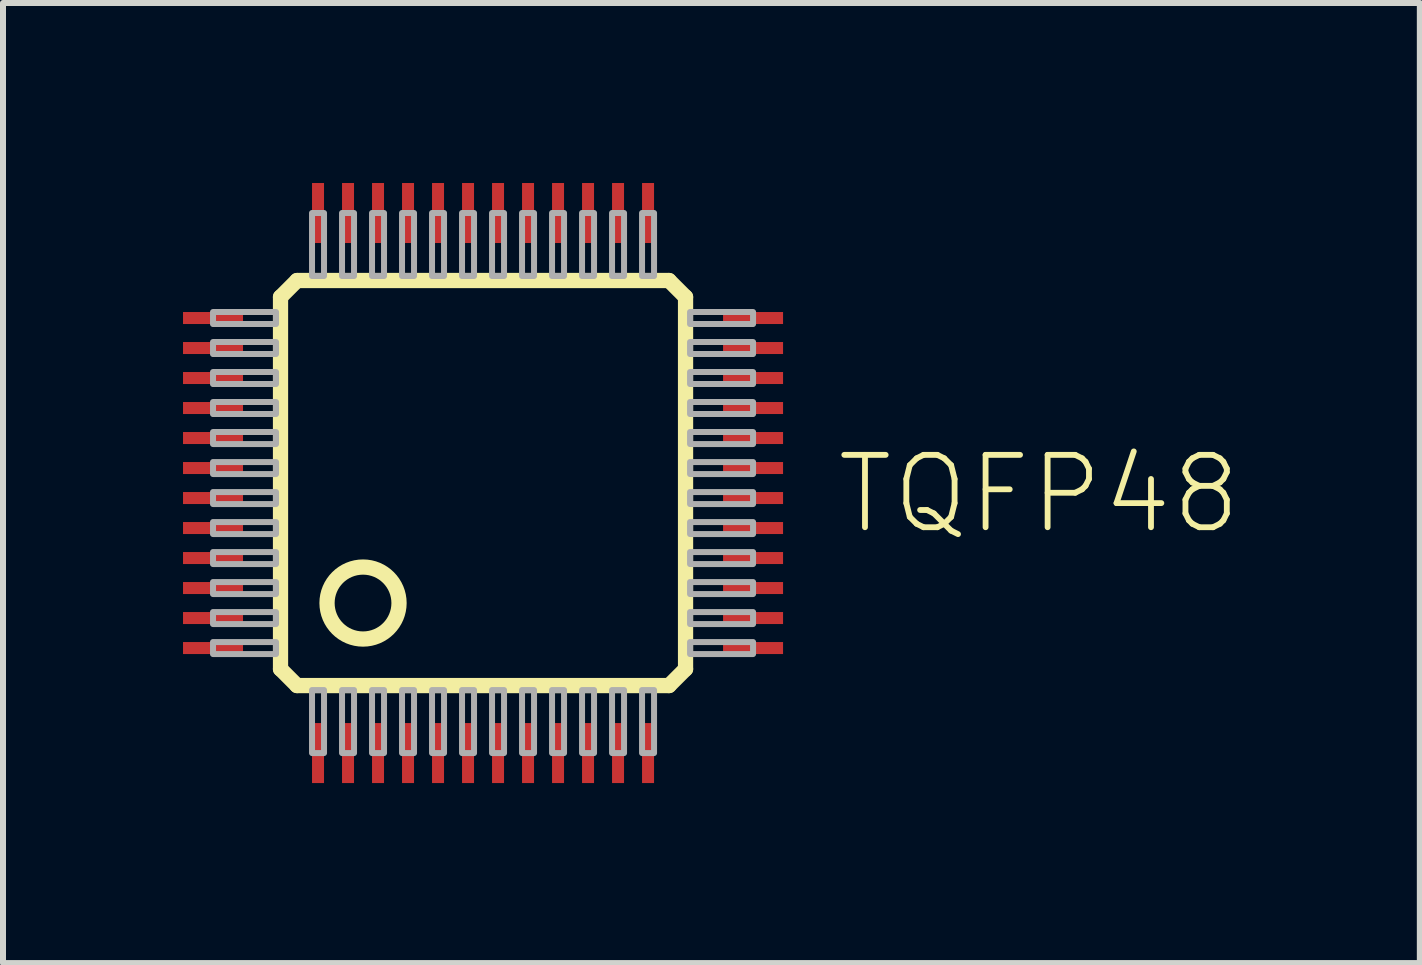
<source format=kicad_pcb>
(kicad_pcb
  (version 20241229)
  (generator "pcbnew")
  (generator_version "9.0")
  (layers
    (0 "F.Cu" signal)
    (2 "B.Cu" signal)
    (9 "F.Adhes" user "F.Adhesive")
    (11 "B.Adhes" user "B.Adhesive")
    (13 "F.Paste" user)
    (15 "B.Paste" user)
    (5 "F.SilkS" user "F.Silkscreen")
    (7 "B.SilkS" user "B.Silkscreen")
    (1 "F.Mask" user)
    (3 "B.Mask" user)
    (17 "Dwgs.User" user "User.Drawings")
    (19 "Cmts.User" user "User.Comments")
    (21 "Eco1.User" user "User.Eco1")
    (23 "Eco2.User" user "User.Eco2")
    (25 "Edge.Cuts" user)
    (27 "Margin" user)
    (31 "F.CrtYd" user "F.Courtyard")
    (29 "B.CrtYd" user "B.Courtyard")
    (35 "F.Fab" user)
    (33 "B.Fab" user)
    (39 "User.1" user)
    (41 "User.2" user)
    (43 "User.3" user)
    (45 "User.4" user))
  (footprint "TQFP48"
    (layer "F.Cu")
    (at 5 5)
    (property "Reference" "TQFP48" (at 5.842 0.889 0) (layer "F.SilkS") (effects (font (size 1.206 1.206) (thickness 0.097)) (justify left bottom)))
    (attr through_hole)
    (fp_line (start -3.375 -3.1) (end -3.1 -3.375) (stroke (width 0.254) (type solid)) (layer "F.SilkS"))
    (fp_line (start -3.375 3.1) (end -3.375 -3.1) (stroke (width 0.254) (type solid)) (layer "F.SilkS"))
    (fp_line (start -3.1 -3.375) (end 3.1 -3.375) (stroke (width 0.254) (type solid)) (layer "F.SilkS"))
    (fp_line (start -3.1 3.375) (end -3.375 3.1) (stroke (width 0.254) (type solid)) (layer "F.SilkS"))
    (fp_line (start 3.1 -3.375) (end 3.375 -3.1) (stroke (width 0.254) (type solid)) (layer "F.SilkS"))
    (fp_line (start 3.1 3.375) (end -3.1 3.375) (stroke (width 0.254) (type solid)) (layer "F.SilkS"))
    (fp_line (start 3.375 -3.1) (end 3.375 3.1) (stroke (width 0.254) (type solid)) (layer "F.SilkS"))
    (fp_line (start 3.375 3.1) (end 3.1 3.375) (stroke (width 0.254) (type solid)) (layer "F.SilkS"))
    (fp_circle (center -2 2) (end -1.4 2) (stroke (width 0.254) (type solid)) (fill no) (layer "F.SilkS"))
    (fp_poly (pts (xy -4.5 -2.65) (xy -3.45 -2.65) (xy -3.45 -2.85) (xy -4.5 -2.85)) (stroke (width 0.1) (type solid)) (fill no) (layer "F.Fab"))
    (fp_poly (pts (xy -4.5 -2.15) (xy -3.45 -2.15) (xy -3.45 -2.35) (xy -4.5 -2.35)) (stroke (width 0.1) (type solid)) (fill no) (layer "F.Fab"))
    (fp_poly (pts (xy -4.5 -1.65) (xy -3.45 -1.65) (xy -3.45 -1.85) (xy -4.5 -1.85)) (stroke (width 0.1) (type solid)) (fill no) (layer "F.Fab"))
    (fp_poly (pts (xy -4.5 -1.15) (xy -3.45 -1.15) (xy -3.45 -1.35) (xy -4.5 -1.35)) (stroke (width 0.1) (type solid)) (fill no) (layer "F.Fab"))
    (fp_poly (pts (xy -4.5 -0.65) (xy -3.45 -0.65) (xy -3.45 -0.85) (xy -4.5 -0.85)) (stroke (width 0.1) (type solid)) (fill no) (layer "F.Fab"))
    (fp_poly (pts (xy -4.5 -0.15) (xy -3.45 -0.15) (xy -3.45 -0.35) (xy -4.5 -0.35)) (stroke (width 0.1) (type solid)) (fill no) (layer "F.Fab"))
    (fp_poly (pts (xy -4.5 0.35) (xy -3.45 0.35) (xy -3.45 0.15) (xy -4.5 0.15)) (stroke (width 0.1) (type solid)) (fill no) (layer "F.Fab"))
    (fp_poly (pts (xy -4.5 0.85) (xy -3.45 0.85) (xy -3.45 0.65) (xy -4.5 0.65)) (stroke (width 0.1) (type solid)) (fill no) (layer "F.Fab"))
    (fp_poly (pts (xy -4.5 1.35) (xy -3.45 1.35) (xy -3.45 1.15) (xy -4.5 1.15)) (stroke (width 0.1) (type solid)) (fill no) (layer "F.Fab"))
    (fp_poly (pts (xy -4.5 1.85) (xy -3.45 1.85) (xy -3.45 1.65) (xy -4.5 1.65)) (stroke (width 0.1) (type solid)) (fill no) (layer "F.Fab"))
    (fp_poly (pts (xy -4.5 2.35) (xy -3.45 2.35) (xy -3.45 2.15) (xy -4.5 2.15)) (stroke (width 0.1) (type solid)) (fill no) (layer "F.Fab"))
    (fp_poly (pts (xy -4.5 2.85) (xy -3.45 2.85) (xy -3.45 2.65) (xy -4.5 2.65)) (stroke (width 0.1) (type solid)) (fill no) (layer "F.Fab"))
    (fp_poly (pts (xy -2.85 -3.45) (xy -2.65 -3.45) (xy -2.65 -4.5) (xy -2.85 -4.5)) (stroke (width 0.1) (type solid)) (fill no) (layer "F.Fab"))
    (fp_poly (pts (xy -2.85 4.5) (xy -2.65 4.5) (xy -2.65 3.45) (xy -2.85 3.45)) (stroke (width 0.1) (type solid)) (fill no) (layer "F.Fab"))
    (fp_poly (pts (xy -2.35 -3.45) (xy -2.15 -3.45) (xy -2.15 -4.5) (xy -2.35 -4.5)) (stroke (width 0.1) (type solid)) (fill no) (layer "F.Fab"))
    (fp_poly (pts (xy -2.35 4.5) (xy -2.15 4.5) (xy -2.15 3.45) (xy -2.35 3.45)) (stroke (width 0.1) (type solid)) (fill no) (layer "F.Fab"))
    (fp_poly (pts (xy -1.85 -3.45) (xy -1.65 -3.45) (xy -1.65 -4.5) (xy -1.85 -4.5)) (stroke (width 0.1) (type solid)) (fill no) (layer "F.Fab"))
    (fp_poly (pts (xy -1.85 4.5) (xy -1.65 4.5) (xy -1.65 3.45) (xy -1.85 3.45)) (stroke (width 0.1) (type solid)) (fill no) (layer "F.Fab"))
    (fp_poly (pts (xy -1.35 -3.45) (xy -1.15 -3.45) (xy -1.15 -4.5) (xy -1.35 -4.5)) (stroke (width 0.1) (type solid)) (fill no) (layer "F.Fab"))
    (fp_poly (pts (xy -1.35 4.5) (xy -1.15 4.5) (xy -1.15 3.45) (xy -1.35 3.45)) (stroke (width 0.1) (type solid)) (fill no) (layer "F.Fab"))
    (fp_poly (pts (xy -0.85 -3.45) (xy -0.65 -3.45) (xy -0.65 -4.5) (xy -0.85 -4.5)) (stroke (width 0.1) (type solid)) (fill no) (layer "F.Fab"))
    (fp_poly (pts (xy -0.85 4.5) (xy -0.65 4.5) (xy -0.65 3.45) (xy -0.85 3.45)) (stroke (width 0.1) (type solid)) (fill no) (layer "F.Fab"))
    (fp_poly (pts (xy -0.35 -3.45) (xy -0.15 -3.45) (xy -0.15 -4.5) (xy -0.35 -4.5)) (stroke (width 0.1) (type solid)) (fill no) (layer "F.Fab"))
    (fp_poly (pts (xy -0.35 4.5) (xy -0.15 4.5) (xy -0.15 3.45) (xy -0.35 3.45)) (stroke (width 0.1) (type solid)) (fill no) (layer "F.Fab"))
    (fp_poly (pts (xy 0.15 -3.45) (xy 0.35 -3.45) (xy 0.35 -4.5) (xy 0.15 -4.5)) (stroke (width 0.1) (type solid)) (fill no) (layer "F.Fab"))
    (fp_poly (pts (xy 0.15 4.5) (xy 0.35 4.5) (xy 0.35 3.45) (xy 0.15 3.45)) (stroke (width 0.1) (type solid)) (fill no) (layer "F.Fab"))
    (fp_poly (pts (xy 0.65 -3.45) (xy 0.85 -3.45) (xy 0.85 -4.5) (xy 0.65 -4.5)) (stroke (width 0.1) (type solid)) (fill no) (layer "F.Fab"))
    (fp_poly (pts (xy 0.65 4.5) (xy 0.85 4.5) (xy 0.85 3.45) (xy 0.65 3.45)) (stroke (width 0.1) (type solid)) (fill no) (layer "F.Fab"))
    (fp_poly (pts (xy 1.15 -3.45) (xy 1.35 -3.45) (xy 1.35 -4.5) (xy 1.15 -4.5)) (stroke (width 0.1) (type solid)) (fill no) (layer "F.Fab"))
    (fp_poly (pts (xy 1.15 4.5) (xy 1.35 4.5) (xy 1.35 3.45) (xy 1.15 3.45)) (stroke (width 0.1) (type solid)) (fill no) (layer "F.Fab"))
    (fp_poly (pts (xy 1.65 -3.45) (xy 1.85 -3.45) (xy 1.85 -4.5) (xy 1.65 -4.5)) (stroke (width 0.1) (type solid)) (fill no) (layer "F.Fab"))
    (fp_poly (pts (xy 1.65 4.5) (xy 1.85 4.5) (xy 1.85 3.45) (xy 1.65 3.45)) (stroke (width 0.1) (type solid)) (fill no) (layer "F.Fab"))
    (fp_poly (pts (xy 2.15 -3.45) (xy 2.35 -3.45) (xy 2.35 -4.5) (xy 2.15 -4.5)) (stroke (width 0.1) (type solid)) (fill no) (layer "F.Fab"))
    (fp_poly (pts (xy 2.15 4.5) (xy 2.35 4.5) (xy 2.35 3.45) (xy 2.15 3.45)) (stroke (width 0.1) (type solid)) (fill no) (layer "F.Fab"))
    (fp_poly (pts (xy 2.65 -3.45) (xy 2.85 -3.45) (xy 2.85 -4.5) (xy 2.65 -4.5)) (stroke (width 0.1) (type solid)) (fill no) (layer "F.Fab"))
    (fp_poly (pts (xy 2.65 4.5) (xy 2.85 4.5) (xy 2.85 3.45) (xy 2.65 3.45)) (stroke (width 0.1) (type solid)) (fill no) (layer "F.Fab"))
    (fp_poly (pts (xy 3.45 -2.65) (xy 4.5 -2.65) (xy 4.5 -2.85) (xy 3.45 -2.85)) (stroke (width 0.1) (type solid)) (fill no) (layer "F.Fab"))
    (fp_poly (pts (xy 3.45 -2.15) (xy 4.5 -2.15) (xy 4.5 -2.35) (xy 3.45 -2.35)) (stroke (width 0.1) (type solid)) (fill no) (layer "F.Fab"))
    (fp_poly (pts (xy 3.45 -1.65) (xy 4.5 -1.65) (xy 4.5 -1.85) (xy 3.45 -1.85)) (stroke (width 0.1) (type solid)) (fill no) (layer "F.Fab"))
    (fp_poly (pts (xy 3.45 -1.15) (xy 4.5 -1.15) (xy 4.5 -1.35) (xy 3.45 -1.35)) (stroke (width 0.1) (type solid)) (fill no) (layer "F.Fab"))
    (fp_poly (pts (xy 3.45 -0.65) (xy 4.5 -0.65) (xy 4.5 -0.85) (xy 3.45 -0.85)) (stroke (width 0.1) (type solid)) (fill no) (layer "F.Fab"))
    (fp_poly (pts (xy 3.45 -0.15) (xy 4.5 -0.15) (xy 4.5 -0.35) (xy 3.45 -0.35)) (stroke (width 0.1) (type solid)) (fill no) (layer "F.Fab"))
    (fp_poly (pts (xy 3.45 0.35) (xy 4.5 0.35) (xy 4.5 0.15) (xy 3.45 0.15)) (stroke (width 0.1) (type solid)) (fill no) (layer "F.Fab"))
    (fp_poly (pts (xy 3.45 0.85) (xy 4.5 0.85) (xy 4.5 0.65) (xy 3.45 0.65)) (stroke (width 0.1) (type solid)) (fill no) (layer "F.Fab"))
    (fp_poly (pts (xy 3.45 1.35) (xy 4.5 1.35) (xy 4.5 1.15) (xy 3.45 1.15)) (stroke (width 0.1) (type solid)) (fill no) (layer "F.Fab"))
    (fp_poly (pts (xy 3.45 1.85) (xy 4.5 1.85) (xy 4.5 1.65) (xy 3.45 1.65)) (stroke (width 0.1) (type solid)) (fill no) (layer "F.Fab"))
    (fp_poly (pts (xy 3.45 2.35) (xy 4.5 2.35) (xy 4.5 2.15) (xy 3.45 2.15)) (stroke (width 0.1) (type solid)) (fill no) (layer "F.Fab"))
    (fp_poly (pts (xy 3.45 2.85) (xy 4.5 2.85) (xy 4.5 2.65) (xy 3.45 2.65)) (stroke (width 0.1) (type solid)) (fill no) (layer "F.Fab"))
    (pad "1" smd rect (at -2.75 4.5) (size 0.2 1) (layers "F.Cu" "F.Mask" "F.Paste"))
    (pad "2" smd rect (at -2.25 4.5) (size 0.2 1) (layers "F.Cu" "F.Mask" "F.Paste"))
    (pad "3" smd rect (at -1.75 4.5) (size 0.2 1) (layers "F.Cu" "F.Mask" "F.Paste"))
    (pad "4" smd rect (at -1.25 4.5) (size 0.2 1) (layers "F.Cu" "F.Mask" "F.Paste"))
    (pad "5" smd rect (at -0.75 4.5) (size 0.2 1) (layers "F.Cu" "F.Mask" "F.Paste"))
    (pad "6" smd rect (at -0.25 4.5) (size 0.2 1) (layers "F.Cu" "F.Mask" "F.Paste"))
    (pad "7" smd rect (at 0.25 4.5) (size 0.2 1) (layers "F.Cu" "F.Mask" "F.Paste"))
    (pad "8" smd rect (at 0.75 4.5) (size 0.2 1) (layers "F.Cu" "F.Mask" "F.Paste"))
    (pad "9" smd rect (at 1.25 4.5) (size 0.2 1) (layers "F.Cu" "F.Mask" "F.Paste"))
    (pad "10" smd rect (at 1.75 4.5) (size 0.2 1) (layers "F.Cu" "F.Mask" "F.Paste"))
    (pad "11" smd rect (at 2.25 4.5) (size 0.2 1) (layers "F.Cu" "F.Mask" "F.Paste"))
    (pad "12" smd rect (at 2.75 4.5) (size 0.2 1) (layers "F.Cu" "F.Mask" "F.Paste"))
    (pad "13" smd rect (at 4.5 2.75) (size 1 0.2) (layers "F.Cu" "F.Mask" "F.Paste"))
    (pad "14" smd rect (at 4.5 2.25) (size 1 0.2) (layers "F.Cu" "F.Mask" "F.Paste"))
    (pad "15" smd rect (at 4.5 1.75) (size 1 0.2) (layers "F.Cu" "F.Mask" "F.Paste"))
    (pad "16" smd rect (at 4.5 1.25) (size 1 0.2) (layers "F.Cu" "F.Mask" "F.Paste"))
    (pad "17" smd rect (at 4.5 0.75) (size 1 0.2) (layers "F.Cu" "F.Mask" "F.Paste"))
    (pad "18" smd rect (at 4.5 0.25) (size 1 0.2) (layers "F.Cu" "F.Mask" "F.Paste"))
    (pad "19" smd rect (at 4.5 -0.25) (size 1 0.2) (layers "F.Cu" "F.Mask" "F.Paste"))
    (pad "20" smd rect (at 4.5 -0.75) (size 1 0.2) (layers "F.Cu" "F.Mask" "F.Paste"))
    (pad "21" smd rect (at 4.5 -1.25) (size 1 0.2) (layers "F.Cu" "F.Mask" "F.Paste"))
    (pad "22" smd rect (at 4.5 -1.75) (size 1 0.2) (layers "F.Cu" "F.Mask" "F.Paste"))
    (pad "23" smd rect (at 4.5 -2.25) (size 1 0.2) (layers "F.Cu" "F.Mask" "F.Paste"))
    (pad "24" smd rect (at 4.5 -2.75) (size 1 0.2) (layers "F.Cu" "F.Mask" "F.Paste"))
    (pad "25" smd rect (at 2.75 -4.5) (size 0.2 1) (layers "F.Cu" "F.Mask" "F.Paste"))
    (pad "26" smd rect (at 2.25 -4.5) (size 0.2 1) (layers "F.Cu" "F.Mask" "F.Paste"))
    (pad "27" smd rect (at 1.75 -4.5) (size 0.2 1) (layers "F.Cu" "F.Mask" "F.Paste"))
    (pad "28" smd rect (at 1.25 -4.5) (size 0.2 1) (layers "F.Cu" "F.Mask" "F.Paste"))
    (pad "29" smd rect (at 0.75 -4.5) (size 0.2 1) (layers "F.Cu" "F.Mask" "F.Paste"))
    (pad "30" smd rect (at 0.25 -4.5) (size 0.2 1) (layers "F.Cu" "F.Mask" "F.Paste"))
    (pad "31" smd rect (at -0.25 -4.5) (size 0.2 1) (layers "F.Cu" "F.Mask" "F.Paste"))
    (pad "32" smd rect (at -0.75 -4.5) (size 0.2 1) (layers "F.Cu" "F.Mask" "F.Paste"))
    (pad "33" smd rect (at -1.25 -4.5) (size 0.2 1) (layers "F.Cu" "F.Mask" "F.Paste"))
    (pad "34" smd rect (at -1.75 -4.5) (size 0.2 1) (layers "F.Cu" "F.Mask" "F.Paste"))
    (pad "35" smd rect (at -2.25 -4.5) (size 0.2 1) (layers "F.Cu" "F.Mask" "F.Paste"))
    (pad "36" smd rect (at -2.75 -4.5) (size 0.2 1) (layers "F.Cu" "F.Mask" "F.Paste"))
    (pad "37" smd rect (at -4.5 -2.75) (size 1 0.2) (layers "F.Cu" "F.Mask" "F.Paste"))
    (pad "38" smd rect (at -4.5 -2.25) (size 1 0.2) (layers "F.Cu" "F.Mask" "F.Paste"))
    (pad "39" smd rect (at -4.5 -1.75) (size 1 0.2) (layers "F.Cu" "F.Mask" "F.Paste"))
    (pad "40" smd rect (at -4.5 -1.25) (size 1 0.2) (layers "F.Cu" "F.Mask" "F.Paste"))
    (pad "41" smd rect (at -4.5 -0.75) (size 1 0.2) (layers "F.Cu" "F.Mask" "F.Paste"))
    (pad "42" smd rect (at -4.5 -0.25) (size 1 0.2) (layers "F.Cu" "F.Mask" "F.Paste"))
    (pad "43" smd rect (at -4.5 0.25) (size 1 0.2) (layers "F.Cu" "F.Mask" "F.Paste"))
    (pad "44" smd rect (at -4.5 0.75) (size 1 0.2) (layers "F.Cu" "F.Mask" "F.Paste"))
    (pad "45" smd rect (at -4.5 1.25) (size 1 0.2) (layers "F.Cu" "F.Mask" "F.Paste"))
    (pad "46" smd rect (at -4.5 1.75) (size 1 0.2) (layers "F.Cu" "F.Mask" "F.Paste"))
    (pad "47" smd rect (at -4.5 2.25) (size 1 0.2) (layers "F.Cu" "F.Mask" "F.Paste"))
    (pad "48" smd rect (at -4.5 2.75) (size 1 0.2) (layers "F.Cu" "F.Mask" "F.Paste")))
  (gr_rect
    (start -3 -3)
    (end 20.612 13)
    (stroke (width 0.1) (type default))
    (fill no)
    (layer "Edge.Cuts")))
</source>
